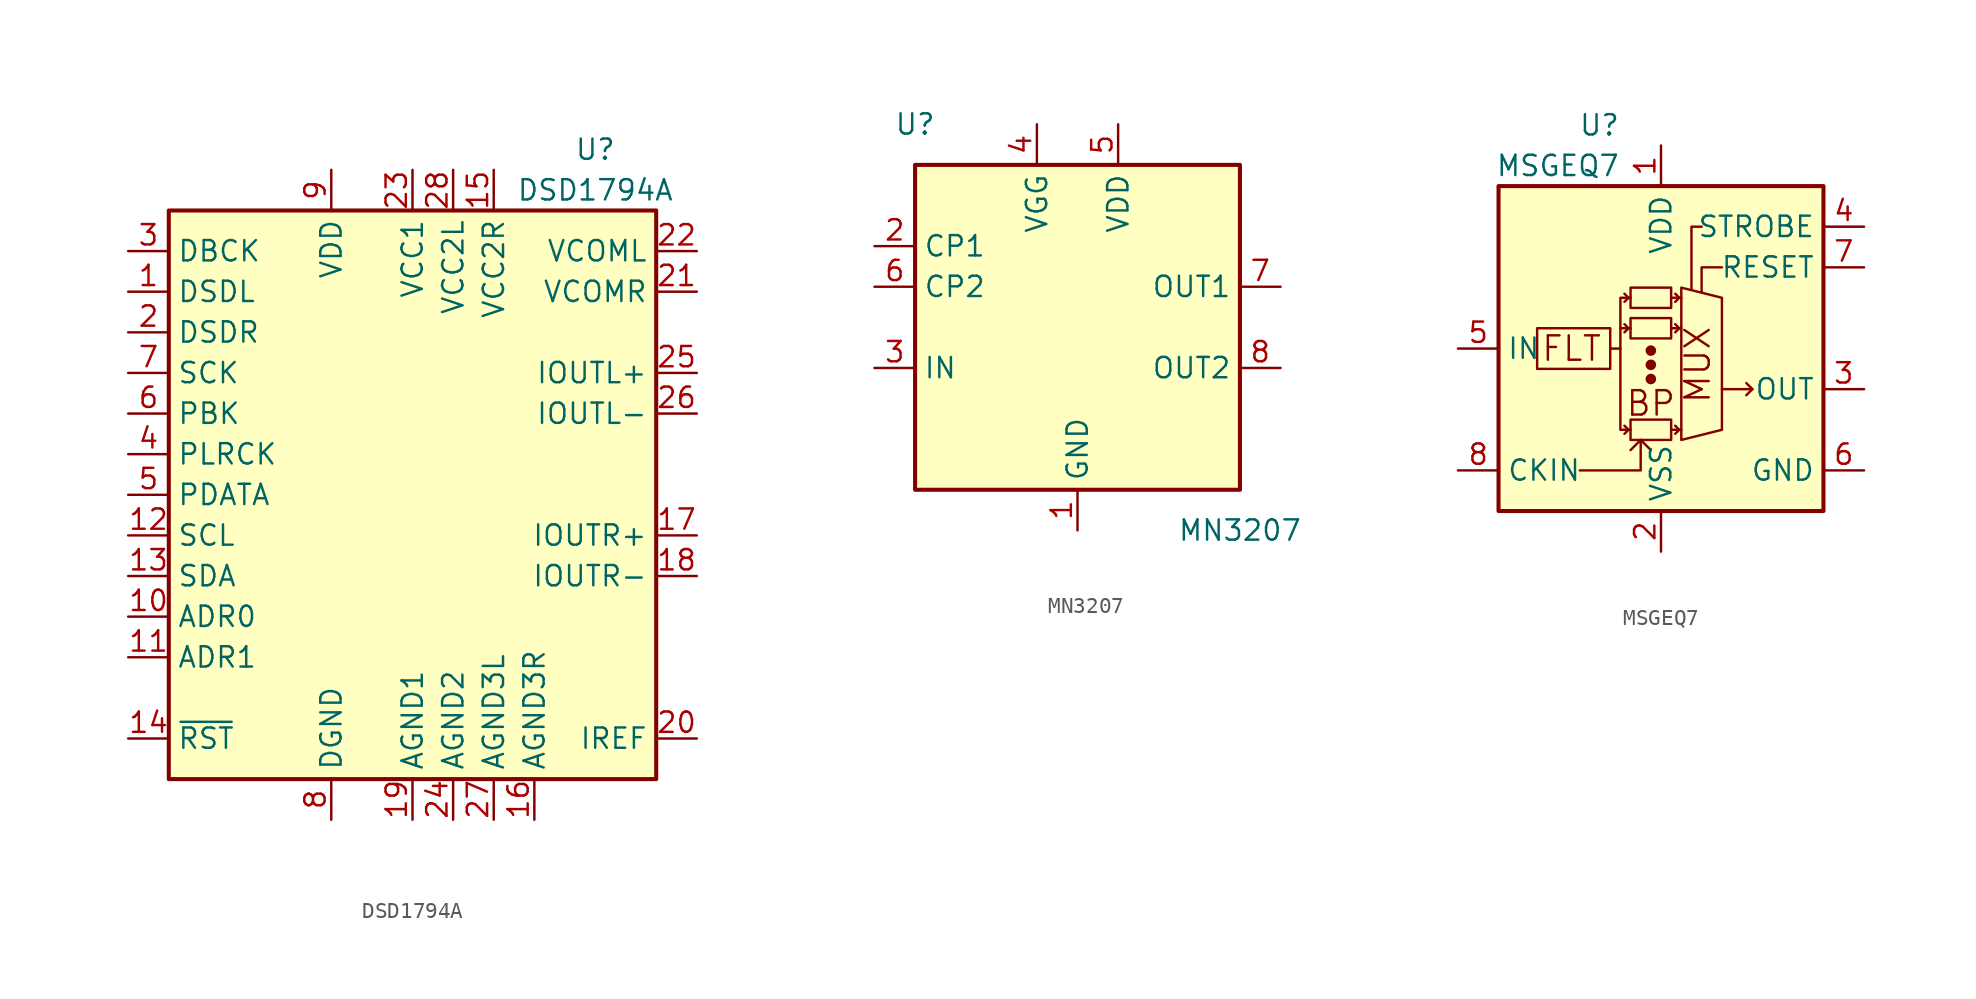
<source format=kicad_sym>
(kicad_symbol_lib
  (version 20201005)
  (generator kicad_symbol_editor)
  (symbol "DSD1794A"
    (property "Reference" "U"
      (at 11.43 21.59 0)
      (effects (font (size 1.27 1.27))))
    (property "Value" "DSD1794A"
      (at 11.43 19.05 0)
      (effects (font (size 1.27 1.27))))
    (symbol "DSD1794A_0_1"
      (rectangle (start -15.24 17.78) (end 15.24 -17.78) (stroke (width 0.254)) (fill (type background))))
    (symbol "DSD1794A_1_1"
      (pin bidirectional line (at -17.78 12.7 0) (length 2.54) (name "DSDL" (effects (font (size 1.27 1.27)))) (number "1" (effects (font (size 1.27 1.27)))))
      (pin input line (at -17.78 -7.62 0) (length 2.54) (name "ADR0" (effects (font (size 1.27 1.27)))) (number "10" (effects (font (size 1.27 1.27)))))
      (pin input line (at -17.78 -10.16 0) (length 2.54) (name "ADR1" (effects (font (size 1.27 1.27)))) (number "11" (effects (font (size 1.27 1.27)))))
      (pin input line (at -17.78 -2.54 0) (length 2.54) (name "SCL" (effects (font (size 1.27 1.27)))) (number "12" (effects (font (size 1.27 1.27)))))
      (pin bidirectional line (at -17.78 -5.08 0) (length 2.54) (name "SDA" (effects (font (size 1.27 1.27)))) (number "13" (effects (font (size 1.27 1.27)))))
      (pin input line (at -17.78 -15.24 0) (length 2.54) (name "~RST" (effects (font (size 1.27 1.27)))) (number "14" (effects (font (size 1.27 1.27)))))
      (pin power_in line (at 5.08 20.32 270) (length 2.54) (name "VCC2R" (effects (font (size 1.27 1.27)))) (number "15" (effects (font (size 1.27 1.27)))))
      (pin power_in line (at 7.62 -20.32 90) (length 2.54) (name "AGND3R" (effects (font (size 1.27 1.27)))) (number "16" (effects (font (size 1.27 1.27)))))
      (pin output line (at 17.78 -2.54 180) (length 2.54) (name "IOUTR+" (effects (font (size 1.27 1.27)))) (number "17" (effects (font (size 1.27 1.27)))))
      (pin output line (at 17.78 -5.08 180) (length 2.54) (name "IOUTR-" (effects (font (size 1.27 1.27)))) (number "18" (effects (font (size 1.27 1.27)))))
      (pin power_in line (at 0 -20.32 90) (length 2.54) (name "AGND1" (effects (font (size 1.27 1.27)))) (number "19" (effects (font (size 1.27 1.27)))))
      (pin bidirectional line (at -17.78 10.16 0) (length 2.54) (name "DSDR" (effects (font (size 1.27 1.27)))) (number "2" (effects (font (size 1.27 1.27)))))
      (pin passive line (at 17.78 -15.24 180) (length 2.54) (name "IREF" (effects (font (size 1.27 1.27)))) (number "20" (effects (font (size 1.27 1.27)))))
      (pin output line (at 17.78 12.7 180) (length 2.54) (name "VCOMR" (effects (font (size 1.27 1.27)))) (number "21" (effects (font (size 1.27 1.27)))))
      (pin passive line (at 17.78 15.24 180) (length 2.54) (name "VCOML" (effects (font (size 1.27 1.27)))) (number "22" (effects (font (size 1.27 1.27)))))
      (pin power_in line (at 0 20.32 270) (length 2.54) (name "VCC1" (effects (font (size 1.27 1.27)))) (number "23" (effects (font (size 1.27 1.27)))))
      (pin power_in line (at 2.54 -20.32 90) (length 2.54) (name "AGND2" (effects (font (size 1.27 1.27)))) (number "24" (effects (font (size 1.27 1.27)))))
      (pin output line (at 17.78 7.62 180) (length 2.54) (name "IOUTL+" (effects (font (size 1.27 1.27)))) (number "25" (effects (font (size 1.27 1.27)))))
      (pin output line (at 17.78 5.08 180) (length 2.54) (name "IOUTL-" (effects (font (size 1.27 1.27)))) (number "26" (effects (font (size 1.27 1.27)))))
      (pin power_in line (at 5.08 -20.32 90) (length 2.54) (name "AGND3L" (effects (font (size 1.27 1.27)))) (number "27" (effects (font (size 1.27 1.27)))))
      (pin power_in line (at 2.54 20.32 270) (length 2.54) (name "VCC2L" (effects (font (size 1.27 1.27)))) (number "28" (effects (font (size 1.27 1.27)))))
      (pin input line (at -17.78 15.24 0) (length 2.54) (name "DBCK" (effects (font (size 1.27 1.27)))) (number "3" (effects (font (size 1.27 1.27)))))
      (pin input line (at -17.78 2.54 0) (length 2.54) (name "PLRCK" (effects (font (size 1.27 1.27)))) (number "4" (effects (font (size 1.27 1.27)))))
      (pin input line (at -17.78 0 0) (length 2.54) (name "PDATA" (effects (font (size 1.27 1.27)))) (number "5" (effects (font (size 1.27 1.27)))))
      (pin input line (at -17.78 5.08 0) (length 2.54) (name "PBK" (effects (font (size 1.27 1.27)))) (number "6" (effects (font (size 1.27 1.27)))))
      (pin input line (at -17.78 7.62 0) (length 2.54) (name "SCK" (effects (font (size 1.27 1.27)))) (number "7" (effects (font (size 1.27 1.27)))))
      (pin power_in line (at -5.08 -20.32 90) (length 2.54) (name "DGND" (effects (font (size 1.27 1.27)))) (number "8" (effects (font (size 1.27 1.27)))))
      (pin power_in line (at -5.08 20.32 270) (length 2.54) (name "VDD" (effects (font (size 1.27 1.27)))) (number "9" (effects (font (size 1.27 1.27)))))))
  (symbol "MN3207"
    (property "Reference" "U"
      (at -10.16 12.7 0)
      (effects (font (size 1.27 1.27))))
    (property "Value" "MN3207"
      (at 10.16 -12.7 0)
      (effects (font (size 1.27 1.27))))
    (symbol "MN3207_0_1"
      (rectangle (start -10.16 10.16) (end 10.16 -10.16) (stroke (width 0.254)) (fill (type background))))
    (symbol "MN3207_1_1"
      (pin power_in line (at 0 -12.7 90) (length 2.54) (name "GND" (effects (font (size 1.27 1.27)))) (number "1" (effects (font (size 1.27 1.27)))))
      (pin input line (at -12.7 5.08 0) (length 2.54) (name "CP1" (effects (font (size 1.27 1.27)))) (number "2" (effects (font (size 1.27 1.27)))))
      (pin input line (at -12.7 -2.54 0) (length 2.54) (name "IN" (effects (font (size 1.27 1.27)))) (number "3" (effects (font (size 1.27 1.27)))))
      (pin power_in line (at -2.54 12.7 270) (length 2.54) (name "VGG" (effects (font (size 1.27 1.27)))) (number "4" (effects (font (size 1.27 1.27)))))
      (pin power_in line (at 2.54 12.7 270) (length 2.54) (name "VDD" (effects (font (size 1.27 1.27)))) (number "5" (effects (font (size 1.27 1.27)))))
      (pin input line (at -12.7 2.54 0) (length 2.54) (name "CP2" (effects (font (size 1.27 1.27)))) (number "6" (effects (font (size 1.27 1.27)))))
      (pin output line (at 12.7 2.54 180) (length 2.54) (name "OUT1" (effects (font (size 1.27 1.27)))) (number "7" (effects (font (size 1.27 1.27)))))
      (pin output line (at 12.7 -2.54 180) (length 2.54) (name "OUT2" (effects (font (size 1.27 1.27)))) (number "8" (effects (font (size 1.27 1.27)))))))
  (symbol "MSGEQ7"
    (property "Reference" "U"
      (at -2.54 13.97 0)
      (effects (font (size 1.27 1.27)) (justify right)))
    (property "Value" "MSGEQ7"
      (at -2.54 11.43 0)
      (effects (font (size 1.27 1.27)) (justify right)))
    (symbol "MSGEQ7_0_0"
      (text "BP" (at -0.635 -3.429 0) (effects (font (size 1.524 1.524))))
      (text "FLT" (at -5.588 0 0) (effects (font (size 1.524 1.524))))
      (text "MUX" (at 2.286 -1.016 900) (effects (font (size 1.524 1.524))))
      (polyline (pts (xy -5.08 -7.62) (xy -1.27 -7.62) (xy -1.27 -5.715)) (stroke (width 0)) (fill (type none)))
      (polyline (pts (xy -1.905 -6.35) (xy -1.27 -5.715) (xy -0.635 -6.35)) (stroke (width 0)) (fill (type none)))
      (polyline (pts (xy 2.54 7.62) (xy 1.905 7.62) (xy 1.905 3.683)) (stroke (width 0)) (fill (type none)))
      (polyline (pts (xy 3.81 5.08) (xy 2.54 5.08) (xy 2.54 3.556)) (stroke (width 0)) (fill (type none))))
    (symbol "MSGEQ7_0_1"
      (circle (center -0.635 -1.905) (radius 0.254) (stroke (width 0)) (fill (type outline)))
      (circle (center -0.635 -1.016) (radius 0.254) (stroke (width 0)) (fill (type outline)))
      (circle (center -0.635 -0.127) (radius 0.254) (stroke (width 0)) (fill (type outline)))
      (rectangle (start -3.175 -1.27) (end -7.747 1.27) (stroke (width 0)) (fill (type none)))
      (rectangle (start -1.905 -4.445) (end 0.635 -5.715) (stroke (width 0)) (fill (type none)))
      (rectangle (start -1.905 1.905) (end 0.635 0.635) (stroke (width 0)) (fill (type none)))
      (rectangle (start 0.635 2.54) (end -1.905 3.81) (stroke (width 0)) (fill (type none)))
      (rectangle (start 10.16 10.16) (end -10.16 -10.16) (stroke (width 0.254)) (fill (type background)))
      (polyline (pts (xy -3.175 0) (xy -2.54 0)) (stroke (width 0)) (fill (type none)))
      (polyline (pts (xy -2.54 1.27) (xy -1.905 1.27)) (stroke (width 0)) (fill (type none)))
      (polyline (pts (xy 0.635 -5.08) (xy 1.27 -5.08)) (stroke (width 0)) (fill (type none)))
      (polyline (pts (xy 0.635 1.27) (xy 1.27 1.27)) (stroke (width 0)) (fill (type none)))
      (polyline (pts (xy 0.635 3.175) (xy 1.27 3.175)) (stroke (width 0)) (fill (type none)))
      (polyline (pts (xy 3.81 -2.54) (xy 5.715 -2.54)) (stroke (width 0)) (fill (type none)))
      (polyline (pts (xy 5.715 -2.54) (xy 5.334 -2.921)) (stroke (width 0)) (fill (type none)))
      (polyline (pts (xy 5.715 -2.54) (xy 5.334 -2.159)) (stroke (width 0)) (fill (type none)))
      (polyline (pts (xy -2.286 -4.826) (xy -2.032 -5.08) (xy -2.286 -5.334)) (stroke (width 0)) (fill (type none)))
      (polyline (pts (xy -2.286 1.524) (xy -2.032 1.27) (xy -2.286 1.016)) (stroke (width 0)) (fill (type none)))
      (polyline (pts (xy -2.286 3.429) (xy -2.032 3.175) (xy -2.286 2.921)) (stroke (width 0)) (fill (type none)))
      (polyline (pts (xy 0.889 -4.826) (xy 1.143 -5.08) (xy 0.889 -5.334)) (stroke (width 0)) (fill (type none)))
      (polyline (pts (xy 0.889 1.524) (xy 1.143 1.27) (xy 0.889 1.016)) (stroke (width 0)) (fill (type none)))
      (polyline (pts (xy 0.889 3.429) (xy 1.143 3.175) (xy 0.889 2.921)) (stroke (width 0)) (fill (type none)))
      (polyline (pts (xy -1.905 3.175) (xy -2.54 3.175) (xy -2.54 -5.08) (xy -1.905 -5.08)) (stroke (width 0)) (fill (type none)))
      (polyline (pts (xy 1.27 3.81) (xy 1.27 -5.715) (xy 3.81 -5.08) (xy 3.81 3.175) (xy 1.27 3.81)) (stroke (width 0)) (fill (type none))))
    (symbol "MSGEQ7_1_1"
      (pin power_in line (at 0 12.7 270) (length 2.54) (name "VDD" (effects (font (size 1.27 1.27)))) (number "1" (effects (font (size 1.27 1.27)))))
      (pin power_in line (at 0 -12.7 90) (length 2.54) (name "VSS" (effects (font (size 1.27 1.27)))) (number "2" (effects (font (size 1.27 1.27)))))
      (pin output line (at 12.7 -2.54 180) (length 2.54) (name "OUT" (effects (font (size 1.27 1.27)))) (number "3" (effects (font (size 1.27 1.27)))))
      (pin input line (at 12.7 7.62 180) (length 2.54) (name "STROBE" (effects (font (size 1.27 1.27)))) (number "4" (effects (font (size 1.27 1.27)))))
      (pin input line (at -12.7 0 0) (length 2.54) (name "IN" (effects (font (size 1.27 1.27)))) (number "5" (effects (font (size 1.27 1.27)))))
      (pin power_out line (at 12.7 -7.62 180) (length 2.54) (name "GND" (effects (font (size 1.27 1.27)))) (number "6" (effects (font (size 1.27 1.27)))))
      (pin input line (at 12.7 5.08 180) (length 2.54) (name "RESET" (effects (font (size 1.27 1.27)))) (number "7" (effects (font (size 1.27 1.27)))))
      (pin input line (at -12.7 -7.62 0) (length 2.54) (name "CKIN" (effects (font (size 1.27 1.27)))) (number "8" (effects (font (size 1.27 1.27))))))))
</source>
